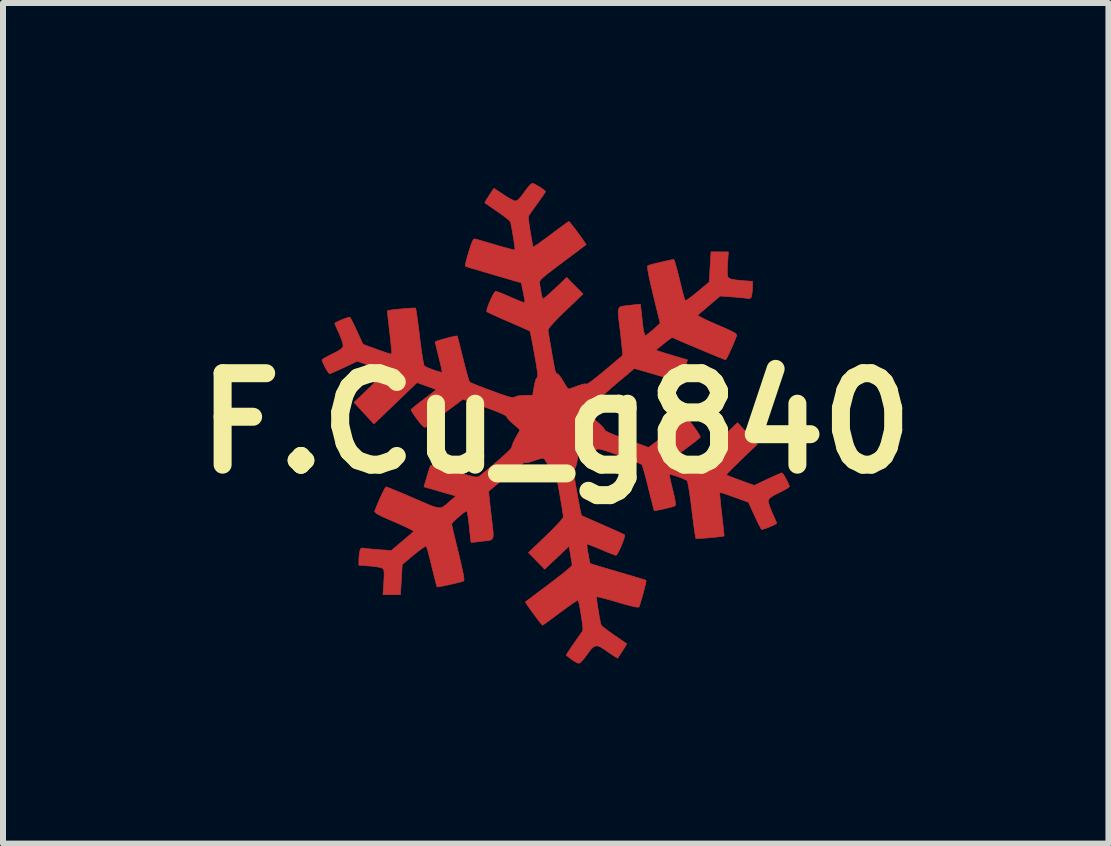
<source format=kicad_pcb>
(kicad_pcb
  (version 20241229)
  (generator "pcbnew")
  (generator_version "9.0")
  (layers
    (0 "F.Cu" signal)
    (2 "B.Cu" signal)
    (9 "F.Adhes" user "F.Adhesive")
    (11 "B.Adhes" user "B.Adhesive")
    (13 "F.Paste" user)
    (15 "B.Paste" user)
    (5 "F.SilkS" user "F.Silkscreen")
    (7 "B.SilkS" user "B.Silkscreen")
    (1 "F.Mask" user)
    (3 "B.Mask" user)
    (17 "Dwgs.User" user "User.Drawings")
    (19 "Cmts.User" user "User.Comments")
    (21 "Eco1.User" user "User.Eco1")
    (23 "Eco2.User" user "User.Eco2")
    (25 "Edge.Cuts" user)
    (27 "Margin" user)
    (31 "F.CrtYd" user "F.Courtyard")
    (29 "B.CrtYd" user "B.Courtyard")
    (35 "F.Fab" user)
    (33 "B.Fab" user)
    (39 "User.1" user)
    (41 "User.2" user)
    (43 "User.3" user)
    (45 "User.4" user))
  (footprint "F.Cu_g840"
    (layer "F.Cu")
    (at 6.212 4.005)
    (property "Reference" "F.Cu_g840" (at 0 0 0) (layer "F.SilkS") (effects (font (size 1.524 1.524) (thickness 0.3))))
    (attr through_hole)
    (fp_poly (pts (xy -0.358 -3.99) (xy -0.309 -3.964) (xy -0.254 -3.93) (xy -0.204 -3.895) (xy -0.174 -3.869) (xy -0.169 -3.862) (xy -0.181 -3.842) (xy -0.212 -3.795) (xy -0.259 -3.729) (xy -0.303 -3.667) (xy -0.359 -3.589) (xy -0.407 -3.522) (xy -0.44 -3.474) (xy -0.451 -3.457) (xy -0.454 -3.427) (xy -0.449 -3.365) (xy -0.438 -3.28) (xy -0.424 -3.194) (xy -0.407 -3.098) (xy -0.393 -3.017) (xy -0.384 -2.96) (xy -0.381 -2.938) (xy -0.365 -2.944) (xy -0.321 -2.972) (xy -0.254 -3.019) (xy -0.169 -3.08) (xy -0.085 -3.143) (xy 0.011 -3.215) (xy 0.095 -3.277) (xy 0.162 -3.326) (xy 0.205 -3.357) (xy 0.219 -3.365) (xy 0.236 -3.35) (xy 0.269 -3.308) (xy 0.315 -3.249) (xy 0.366 -3.18) (xy 0.417 -3.111) (xy 0.461 -3.048) (xy 0.493 -3.001) (xy 0.506 -2.977) (xy 0.505 -2.976) (xy 0.487 -2.962) (xy 0.439 -2.927) (xy 0.368 -2.873) (xy 0.277 -2.805) (xy 0.171 -2.726) (xy 0.109 -2.679) (xy -0.015 -2.586) (xy -0.109 -2.514) (xy -0.178 -2.46) (xy -0.224 -2.42) (xy -0.252 -2.39) (xy -0.266 -2.367) (xy -0.27 -2.346) (xy -0.268 -2.324) (xy -0.267 -2.321) (xy -0.256 -2.255) (xy -0.243 -2.178) (xy -0.241 -2.164) (xy -0.229 -2.109) (xy -0.215 -2.078) (xy -0.21 -2.074) (xy -0.189 -2.088) (xy -0.144 -2.126) (xy -0.081 -2.182) (xy -0.008 -2.25) (xy -0.005 -2.253) (xy 0.183 -2.432) (xy 0.319 -2.294) (xy 0.455 -2.156) (xy 0.164 -1.877) (xy 0.062 -1.778) (xy -0.021 -1.692) (xy -0.083 -1.624) (xy -0.119 -1.577) (xy -0.127 -1.559) (xy -0.124 -1.527) (xy -0.114 -1.463) (xy -0.1 -1.374) (xy -0.082 -1.272) (xy -0.064 -1.164) (xy -0.045 -1.059) (xy -0.028 -0.966) (xy -0.014 -0.895) (xy -0.01 -0.873) (xy 0.008 -0.836) (xy 0.027 -0.825) (xy 0.05 -0.808) (xy 0.085 -0.763) (xy 0.125 -0.7) (xy 0.126 -0.698) (xy 0.164 -0.635) (xy 0.195 -0.59) (xy 0.213 -0.572) (xy 0.213 -0.572) (xy 0.239 -0.578) (xy 0.293 -0.597) (xy 0.363 -0.622) (xy 0.366 -0.624) (xy 0.45 -0.651) (xy 0.499 -0.659) (xy 0.513 -0.653) (xy 0.53 -0.658) (xy 0.575 -0.687) (xy 0.641 -0.737) (xy 0.724 -0.803) (xy 0.816 -0.879) (xy 0.91 -0.959) (xy 0.992 -1.028) (xy 1.058 -1.083) (xy 1.101 -1.119) (xy 1.117 -1.133) (xy 1.116 -1.154) (xy 1.111 -1.21) (xy 1.102 -1.294) (xy 1.091 -1.4) (xy 1.08 -1.494) (xy 1.062 -1.643) (xy 1.049 -1.754) (xy 1.042 -1.835) (xy 1.043 -1.889) (xy 1.055 -1.923) (xy 1.078 -1.943) (xy 1.114 -1.953) (xy 1.164 -1.959) (xy 1.221 -1.965) (xy 1.304 -1.975) (xy 1.368 -1.982) (xy 1.405 -1.985) (xy 1.41 -1.984) (xy 1.414 -1.962) (xy 1.421 -1.907) (xy 1.43 -1.826) (xy 1.441 -1.727) (xy 1.441 -1.72) (xy 1.454 -1.61) (xy 1.468 -1.527) (xy 1.481 -1.476) (xy 1.491 -1.461) (xy 1.517 -1.475) (xy 1.564 -1.51) (xy 1.622 -1.56) (xy 1.627 -1.564) (xy 1.741 -1.666) (xy 1.625 -2.14) (xy 1.583 -2.317) (xy 1.553 -2.454) (xy 1.535 -2.551) (xy 1.529 -2.609) (xy 1.533 -2.627) (xy 1.561 -2.637) (xy 1.619 -2.653) (xy 1.696 -2.672) (xy 1.781 -2.692) (xy 1.861 -2.71) (xy 1.926 -2.724) (xy 1.964 -2.73) (xy 1.967 -2.731) (xy 1.978 -2.711) (xy 1.995 -2.657) (xy 2.018 -2.576) (xy 2.045 -2.474) (xy 2.063 -2.397) (xy 2.091 -2.284) (xy 2.116 -2.184) (xy 2.137 -2.107) (xy 2.152 -2.059) (xy 2.158 -2.047) (xy 2.179 -2.053) (xy 2.225 -2.083) (xy 2.29 -2.131) (xy 2.365 -2.192) (xy 2.365 -2.192) (xy 2.558 -2.354) (xy 2.573 -2.606) (xy 2.588 -2.858) (xy 2.733 -2.857) (xy 2.878 -2.857) (xy 2.864 -2.657) (xy 2.859 -2.548) (xy 2.862 -2.475) (xy 2.872 -2.433) (xy 2.877 -2.426) (xy 2.916 -2.406) (xy 2.996 -2.39) (xy 3.092 -2.38) (xy 3.281 -2.365) (xy 3.281 -2.286) (xy 3.277 -2.211) (xy 3.268 -2.14) (xy 3.267 -2.139) (xy 3.254 -2.093) (xy 3.23 -2.078) (xy 3.188 -2.082) (xy 3.137 -2.089) (xy 3.058 -2.097) (xy 2.965 -2.105) (xy 2.932 -2.107) (xy 2.741 -2.121) (xy 2.561 -1.969) (xy 2.487 -1.906) (xy 2.425 -1.853) (xy 2.382 -1.816) (xy 2.366 -1.802) (xy 2.379 -1.789) (xy 2.426 -1.764) (xy 2.5 -1.727) (xy 2.595 -1.684) (xy 2.69 -1.642) (xy 2.816 -1.588) (xy 2.908 -1.546) (xy 2.969 -1.514) (xy 3.004 -1.491) (xy 3.017 -1.473) (xy 3.017 -1.463) (xy 2.985 -1.382) (xy 2.949 -1.294) (xy 2.911 -1.21) (xy 2.876 -1.136) (xy 2.849 -1.083) (xy 2.832 -1.059) (xy 2.83 -1.058) (xy 2.808 -1.066) (xy 2.754 -1.088) (xy 2.674 -1.12) (xy 2.576 -1.161) (xy 2.466 -1.207) (xy 2.352 -1.255) (xy 2.24 -1.302) (xy 2.137 -1.346) (xy 2.049 -1.384) (xy 1.984 -1.412) (xy 1.949 -1.428) (xy 1.946 -1.43) (xy 1.925 -1.421) (xy 1.881 -1.39) (xy 1.821 -1.344) (xy 1.801 -1.328) (xy 1.667 -1.219) (xy 1.781 -1.182) (xy 1.862 -1.157) (xy 1.961 -1.127) (xy 2.045 -1.102) (xy 2.196 -1.058) (xy 2.146 -0.886) (xy 2.122 -0.806) (xy 2.102 -0.743) (xy 2.088 -0.707) (xy 2.085 -0.702) (xy 2.063 -0.705) (xy 2.006 -0.717) (xy 1.921 -0.739) (xy 1.816 -0.768) (xy 1.696 -0.802) (xy 1.693 -0.803) (xy 1.311 -0.914) (xy 1.016 -0.666) (xy 0.923 -0.586) (xy 0.843 -0.515) (xy 0.781 -0.457) (xy 0.743 -0.417) (xy 0.732 -0.399) (xy 0.728 -0.372) (xy 0.708 -0.32) (xy 0.674 -0.253) (xy 0.669 -0.244) (xy 0.594 -0.108) (xy 0.711 -0.008) (xy 0.766 0.043) (xy 0.805 0.087) (xy 0.819 0.113) (xy 0.819 0.114) (xy 0.835 0.129) (xy 0.887 0.155) (xy 0.968 0.189) (xy 1.074 0.231) (xy 1.18 0.27) (xy 1.548 0.402) (xy 1.711 0.279) (xy 1.808 0.206) (xy 1.918 0.123) (xy 2.02 0.048) (xy 2.036 0.037) (xy 2.199 -0.083) (xy 2.308 0.064) (xy 2.356 0.133) (xy 2.392 0.189) (xy 2.409 0.224) (xy 2.41 0.231) (xy 2.391 0.25) (xy 2.344 0.289) (xy 2.277 0.341) (xy 2.197 0.401) (xy 2.193 0.404) (xy 1.984 0.557) (xy 2.15 0.618) (xy 2.315 0.679) (xy 2.528 0.472) (xy 2.622 0.381) (xy 2.72 0.286) (xy 2.812 0.198) (xy 2.885 0.128) (xy 2.886 0.127) (xy 3.03 -0.011) (xy 3.196 0.169) (xy 3.362 0.348) (xy 3.098 0.6) (xy 3.013 0.683) (xy 2.94 0.755) (xy 2.884 0.812) (xy 2.851 0.849) (xy 2.843 0.86) (xy 2.865 0.87) (xy 2.919 0.892) (xy 2.996 0.921) (xy 3.08 0.952) (xy 3.309 1.035) (xy 3.531 0.93) (xy 3.62 0.889) (xy 3.695 0.855) (xy 3.748 0.833) (xy 3.77 0.826) (xy 3.788 0.843) (xy 3.816 0.886) (xy 3.847 0.942) (xy 3.875 0.998) (xy 3.892 1.042) (xy 3.895 1.056) (xy 3.877 1.073) (xy 3.829 1.102) (xy 3.76 1.138) (xy 3.725 1.155) (xy 3.628 1.204) (xy 3.569 1.245) (xy 3.544 1.278) (xy 3.544 1.28) (xy 3.547 1.324) (xy 3.569 1.396) (xy 3.606 1.487) (xy 3.608 1.491) (xy 3.642 1.567) (xy 3.668 1.626) (xy 3.682 1.661) (xy 3.683 1.665) (xy 3.665 1.68) (xy 3.62 1.702) (xy 3.561 1.728) (xy 3.501 1.751) (xy 3.453 1.766) (xy 3.431 1.769) (xy 3.416 1.746) (xy 3.388 1.694) (xy 3.351 1.618) (xy 3.313 1.537) (xy 3.212 1.316) (xy 2.977 1.231) (xy 2.885 1.198) (xy 2.809 1.172) (xy 2.756 1.157) (xy 2.734 1.153) (xy 2.734 1.176) (xy 2.738 1.234) (xy 2.746 1.32) (xy 2.757 1.426) (xy 2.768 1.518) (xy 2.781 1.635) (xy 2.793 1.736) (xy 2.801 1.815) (xy 2.806 1.864) (xy 2.807 1.877) (xy 2.784 1.883) (xy 2.73 1.89) (xy 2.655 1.899) (xy 2.569 1.907) (xy 2.484 1.914) (xy 2.41 1.919) (xy 2.357 1.921) (xy 2.336 1.92) (xy 2.33 1.896) (xy 2.32 1.836) (xy 2.307 1.747) (xy 2.292 1.634) (xy 2.275 1.504) (xy 2.268 1.441) (xy 2.251 1.305) (xy 2.234 1.183) (xy 2.218 1.081) (xy 2.204 1.006) (xy 2.194 0.963) (xy 2.191 0.957) (xy 2.161 0.94) (xy 2.107 0.916) (xy 2.041 0.891) (xy 1.976 0.869) (xy 1.923 0.853) (xy 1.896 0.849) (xy 1.895 0.85) (xy 1.896 0.872) (xy 1.907 0.928) (xy 1.925 1.008) (xy 1.948 1.104) (xy 1.95 1.11) (xy 1.978 1.226) (xy 1.993 1.307) (xy 1.997 1.355) (xy 1.989 1.376) (xy 1.989 1.376) (xy 1.96 1.387) (xy 1.904 1.402) (xy 1.833 1.42) (xy 1.76 1.436) (xy 1.696 1.449) (xy 1.652 1.456) (xy 1.641 1.456) (xy 1.634 1.434) (xy 1.62 1.378) (xy 1.599 1.295) (xy 1.572 1.19) (xy 1.545 1.079) (xy 1.515 0.959) (xy 1.487 0.853) (xy 1.463 0.768) (xy 1.445 0.71) (xy 1.436 0.688) (xy 1.411 0.674) (xy 1.352 0.649) (xy 1.268 0.615) (xy 1.164 0.575) (xy 1.063 0.538) (xy 0.933 0.491) (xy 0.836 0.459) (xy 0.768 0.438) (xy 0.723 0.429) (xy 0.696 0.43) (xy 0.681 0.438) (xy 0.641 0.455) (xy 0.567 0.464) (xy 0.519 0.466) (xy 0.385 0.466) (xy 0.36 0.614) (xy 0.343 0.695) (xy 0.324 0.747) (xy 0.309 0.762) (xy 0.301 0.774) (xy 0.301 0.814) (xy 0.309 0.884) (xy 0.325 0.988) (xy 0.35 1.13) (xy 0.353 1.146) (xy 0.375 1.268) (xy 0.395 1.375) (xy 0.412 1.459) (xy 0.423 1.515) (xy 0.428 1.536) (xy 0.449 1.546) (xy 0.501 1.57) (xy 0.581 1.605) (xy 0.68 1.648) (xy 0.783 1.693) (xy 0.896 1.743) (xy 0.996 1.787) (xy 1.075 1.824) (xy 1.129 1.849) (xy 1.148 1.86) (xy 1.148 1.885) (xy 1.133 1.937) (xy 1.109 2.004) (xy 1.079 2.075) (xy 1.048 2.139) (xy 1.022 2.185) (xy 1.005 2.201) (xy 0.979 2.193) (xy 0.922 2.172) (xy 0.843 2.14) (xy 0.756 2.103) (xy 0.666 2.066) (xy 0.592 2.036) (xy 0.54 2.018) (xy 0.52 2.013) (xy 0.52 2.036) (xy 0.526 2.087) (xy 0.537 2.155) (xy 0.55 2.226) (xy 0.562 2.289) (xy 0.572 2.329) (xy 0.576 2.338) (xy 0.597 2.345) (xy 0.653 2.362) (xy 0.738 2.388) (xy 0.846 2.42) (xy 0.971 2.456) (xy 1.037 2.476) (xy 1.169 2.515) (xy 1.288 2.55) (xy 1.386 2.579) (xy 1.459 2.601) (xy 1.499 2.614) (xy 1.506 2.617) (xy 1.505 2.638) (xy 1.494 2.69) (xy 1.476 2.763) (xy 1.454 2.848) (xy 1.429 2.934) (xy 1.405 3.013) (xy 1.388 3.061) (xy 1.364 3.065) (xy 1.3 3.055) (xy 1.198 3.029) (xy 1.056 2.989) (xy 1.035 2.982) (xy 0.921 2.949) (xy 0.822 2.922) (xy 0.744 2.902) (xy 0.695 2.891) (xy 0.681 2.89) (xy 0.68 2.912) (xy 0.686 2.966) (xy 0.697 3.041) (xy 0.711 3.127) (xy 0.725 3.212) (xy 0.739 3.287) (xy 0.751 3.342) (xy 0.757 3.36) (xy 0.777 3.382) (xy 0.825 3.422) (xy 0.894 3.474) (xy 0.971 3.528) (xy 1.051 3.583) (xy 1.118 3.63) (xy 1.164 3.661) (xy 1.182 3.674) (xy 1.174 3.693) (xy 1.149 3.737) (xy 1.11 3.797) (xy 1.11 3.798) (xy 1.031 3.916) (xy 0.976 3.881) (xy 0.927 3.849) (xy 0.862 3.805) (xy 0.82 3.775) (xy 0.746 3.728) (xy 0.69 3.708) (xy 0.641 3.718) (xy 0.592 3.76) (xy 0.534 3.837) (xy 0.523 3.853) (xy 0.469 3.925) (xy 0.422 3.977) (xy 0.389 3.999) (xy 0.385 4) (xy 0.348 3.987) (xy 0.294 3.956) (xy 0.267 3.937) (xy 0.218 3.899) (xy 0.184 3.873) (xy 0.177 3.867) (xy 0.185 3.847) (xy 0.213 3.801) (xy 0.257 3.735) (xy 0.302 3.67) (xy 0.358 3.591) (xy 0.406 3.523) (xy 0.439 3.475) (xy 0.451 3.456) (xy 0.453 3.429) (xy 0.448 3.37) (xy 0.438 3.29) (xy 0.425 3.2) (xy 0.41 3.111) (xy 0.395 3.032) (xy 0.382 2.973) (xy 0.371 2.947) (xy 0.352 2.956) (xy 0.305 2.986) (xy 0.236 3.034) (xy 0.15 3.096) (xy 0.075 3.151) (xy -0.02 3.222) (xy -0.102 3.283) (xy -0.167 3.33) (xy -0.208 3.358) (xy -0.22 3.365) (xy -0.236 3.35) (xy -0.27 3.308) (xy -0.315 3.249) (xy -0.366 3.18) (xy -0.417 3.111) (xy -0.461 3.048) (xy -0.493 3.001) (xy -0.506 2.977) (xy -0.505 2.976) (xy -0.487 2.962) (xy -0.439 2.927) (xy -0.368 2.873) (xy -0.277 2.805) (xy -0.172 2.726) (xy -0.111 2.68) (xy -0.001 2.596) (xy 0.098 2.52) (xy 0.179 2.454) (xy 0.237 2.404) (xy 0.269 2.372) (xy 0.274 2.365) (xy 0.27 2.332) (xy 0.26 2.271) (xy 0.247 2.194) (xy 0.247 2.193) (xy 0.222 2.048) (xy 0.019 2.24) (xy -0.184 2.432) (xy -0.319 2.294) (xy -0.455 2.156) (xy -0.164 1.877) (xy -0.062 1.778) (xy 0.021 1.692) (xy 0.083 1.624) (xy 0.119 1.577) (xy 0.127 1.559) (xy 0.124 1.527) (xy 0.114 1.463) (xy 0.1 1.374) (xy 0.082 1.272) (xy 0.064 1.164) (xy 0.045 1.059) (xy 0.028 0.966) (xy 0.014 0.895) (xy 0.01 0.873) (xy -0.008 0.836) (xy -0.027 0.825) (xy -0.051 0.808) (xy -0.086 0.765) (xy -0.111 0.725) (xy -0.147 0.663) (xy -0.176 0.614) (xy -0.187 0.596) (xy -0.204 0.584) (xy -0.237 0.584) (xy -0.293 0.6) (xy -0.356 0.621) (xy -0.442 0.649) (xy -0.495 0.659) (xy -0.513 0.652) (xy -0.53 0.658) (xy -0.575 0.687) (xy -0.641 0.737) (xy -0.724 0.803) (xy -0.816 0.879) (xy -0.91 0.959) (xy -0.992 1.028) (xy -1.058 1.083) (xy -1.101 1.119) (xy -1.117 1.133) (xy -1.116 1.154) (xy -1.111 1.21) (xy -1.102 1.294) (xy -1.091 1.4) (xy -1.08 1.494) (xy -1.062 1.643) (xy -1.049 1.754) (xy -1.042 1.835) (xy -1.043 1.889) (xy -1.055 1.923) (xy -1.078 1.943) (xy -1.114 1.953) (xy -1.164 1.959) (xy -1.221 1.965) (xy -1.304 1.975) (xy -1.368 1.982) (xy -1.405 1.985) (xy -1.41 1.984) (xy -1.414 1.962) (xy -1.421 1.907) (xy -1.43 1.826) (xy -1.441 1.727) (xy -1.441 1.72) (xy -1.453 1.621) (xy -1.464 1.539) (xy -1.475 1.483) (xy -1.483 1.461) (xy -1.483 1.46) (xy -1.509 1.474) (xy -1.555 1.507) (xy -1.61 1.553) (xy -1.665 1.602) (xy -1.709 1.645) (xy -1.733 1.675) (xy -1.735 1.68) (xy -1.729 1.707) (xy -1.716 1.768) (xy -1.694 1.858) (xy -1.667 1.971) (xy -1.636 2.099) (xy -1.621 2.159) (xy -1.581 2.329) (xy -1.552 2.459) (xy -1.534 2.552) (xy -1.528 2.608) (xy -1.532 2.627) (xy -1.563 2.638) (xy -1.621 2.654) (xy -1.697 2.672) (xy -1.78 2.691) (xy -1.86 2.708) (xy -1.927 2.721) (xy -1.969 2.728) (xy -1.978 2.727) (xy -1.985 2.705) (xy -2 2.649) (xy -2.021 2.566) (xy -2.047 2.463) (xy -2.064 2.392) (xy -2.092 2.279) (xy -2.117 2.181) (xy -2.138 2.105) (xy -2.153 2.058) (xy -2.158 2.047) (xy -2.179 2.053) (xy -2.225 2.083) (xy -2.29 2.131) (xy -2.365 2.192) (xy -2.365 2.192) (xy -2.558 2.354) (xy -2.573 2.606) (xy -2.588 2.857) (xy -2.879 2.857) (xy -2.865 2.651) (xy -2.86 2.551) (xy -2.86 2.485) (xy -2.866 2.444) (xy -2.879 2.422) (xy -2.883 2.418) (xy -2.917 2.405) (xy -2.982 2.392) (xy -3.065 2.381) (xy -3.097 2.379) (xy -3.281 2.364) (xy -3.281 2.286) (xy -3.277 2.211) (xy -3.267 2.14) (xy -3.267 2.139) (xy -3.254 2.093) (xy -3.23 2.078) (xy -3.188 2.082) (xy -3.137 2.089) (xy -3.058 2.097) (xy -2.965 2.105) (xy -2.932 2.107) (xy -2.741 2.121) (xy -2.561 1.969) (xy -2.487 1.906) (xy -2.425 1.853) (xy -2.382 1.816) (xy -2.366 1.802) (xy -2.379 1.789) (xy -2.426 1.764) (xy -2.5 1.727) (xy -2.595 1.684) (xy -2.69 1.642) (xy -2.816 1.588) (xy -2.908 1.546) (xy -2.969 1.514) (xy -3.004 1.491) (xy -3.017 1.473) (xy -3.017 1.463) (xy -2.982 1.373) (xy -2.943 1.281) (xy -2.904 1.195) (xy -2.869 1.124) (xy -2.842 1.076) (xy -2.827 1.059) (xy -2.802 1.067) (xy -2.744 1.09) (xy -2.658 1.125) (xy -2.552 1.169) (xy -2.431 1.221) (xy -2.371 1.247) (xy -2.229 1.308) (xy -2.121 1.355) (xy -2.039 1.387) (xy -1.978 1.404) (xy -1.931 1.408) (xy -1.892 1.399) (xy -1.855 1.377) (xy -1.812 1.342) (xy -1.759 1.294) (xy -1.747 1.284) (xy -1.663 1.212) (xy -1.789 1.176) (xy -1.881 1.15) (xy -1.986 1.119) (xy -2.056 1.099) (xy -2.196 1.058) (xy -2.146 0.886) (xy -2.122 0.806) (xy -2.102 0.743) (xy -2.088 0.707) (xy -2.085 0.703) (xy -2.063 0.705) (xy -2.006 0.717) (xy -1.922 0.739) (xy -1.816 0.767) (xy -1.696 0.801) (xy -1.692 0.802) (xy -1.559 0.84) (xy -1.459 0.867) (xy -1.389 0.885) (xy -1.34 0.894) (xy -1.308 0.895) (xy -1.286 0.889) (xy -1.268 0.878) (xy -1.263 0.874) (xy -1.154 0.786) (xy -1.049 0.697) (xy -0.951 0.613) (xy -0.865 0.537) (xy -0.797 0.473) (xy -0.751 0.427) (xy -0.732 0.402) (xy -0.732 0.399) (xy -0.728 0.373) (xy -0.708 0.32) (xy -0.674 0.252) (xy -0.669 0.244) (xy -0.594 0.108) (xy -0.711 0.008) (xy -0.766 -0.043) (xy -0.805 -0.087) (xy -0.819 -0.113) (xy -0.819 -0.114) (xy -0.835 -0.129) (xy -0.887 -0.155) (xy -0.968 -0.19) (xy -1.074 -0.231) (xy -1.179 -0.27) (xy -1.546 -0.402) (xy -1.847 -0.177) (xy -1.946 -0.103) (xy -2.034 -0.037) (xy -2.105 0.017) (xy -2.154 0.053) (xy -2.172 0.067) (xy -2.198 0.061) (xy -2.243 0.018) (xy -2.305 -0.06) (xy -2.354 -0.128) (xy -2.391 -0.184) (xy -2.411 -0.219) (xy -2.412 -0.225) (xy -2.396 -0.244) (xy -2.352 -0.282) (xy -2.286 -0.334) (xy -2.206 -0.395) (xy -2.2 -0.4) (xy -2.12 -0.459) (xy -2.055 -0.509) (xy -2.011 -0.545) (xy -1.994 -0.561) (xy -1.994 -0.561) (xy -2.016 -0.57) (xy -2.067 -0.59) (xy -2.138 -0.616) (xy -2.156 -0.622) (xy -2.312 -0.678) (xy -2.537 -0.461) (xy -2.631 -0.371) (xy -2.728 -0.278) (xy -2.817 -0.193) (xy -2.887 -0.125) (xy -2.896 -0.117) (xy -3.03 0.011) (xy -3.196 -0.169) (xy -3.362 -0.348) (xy -3.097 -0.601) (xy -2.996 -0.699) (xy -2.924 -0.773) (xy -2.88 -0.824) (xy -2.86 -0.856) (xy -2.863 -0.87) (xy -2.894 -0.884) (xy -2.956 -0.908) (xy -3.038 -0.939) (xy -3.1 -0.961) (xy -3.308 -1.035) (xy -3.53 -0.93) (xy -3.619 -0.889) (xy -3.695 -0.855) (xy -3.748 -0.833) (xy -3.77 -0.826) (xy -3.788 -0.843) (xy -3.816 -0.886) (xy -3.847 -0.942) (xy -3.875 -0.998) (xy -3.892 -1.042) (xy -3.895 -1.056) (xy -3.877 -1.073) (xy -3.829 -1.102) (xy -3.76 -1.138) (xy -3.725 -1.155) (xy -3.628 -1.204) (xy -3.569 -1.245) (xy -3.544 -1.278) (xy -3.544 -1.28) (xy -3.547 -1.324) (xy -3.569 -1.396) (xy -3.606 -1.487) (xy -3.608 -1.491) (xy -3.642 -1.567) (xy -3.668 -1.626) (xy -3.682 -1.661) (xy -3.683 -1.665) (xy -3.665 -1.68) (xy -3.62 -1.702) (xy -3.561 -1.728) (xy -3.501 -1.751) (xy -3.453 -1.766) (xy -3.431 -1.769) (xy -3.416 -1.746) (xy -3.388 -1.694) (xy -3.351 -1.618) (xy -3.313 -1.537) (xy -3.212 -1.316) (xy -2.977 -1.231) (xy -2.885 -1.198) (xy -2.809 -1.172) (xy -2.756 -1.157) (xy -2.734 -1.153) (xy -2.734 -1.176) (xy -2.738 -1.234) (xy -2.746 -1.32) (xy -2.757 -1.426) (xy -2.768 -1.518) (xy -2.781 -1.635) (xy -2.793 -1.736) (xy -2.801 -1.815) (xy -2.806 -1.864) (xy -2.807 -1.877) (xy -2.784 -1.883) (xy -2.73 -1.89) (xy -2.655 -1.899) (xy -2.569 -1.907) (xy -2.484 -1.914) (xy -2.41 -1.919) (xy -2.357 -1.921) (xy -2.336 -1.92) (xy -2.33 -1.896) (xy -2.32 -1.836) (xy -2.307 -1.747) (xy -2.292 -1.634) (xy -2.275 -1.504) (xy -2.268 -1.441) (xy -2.251 -1.305) (xy -2.234 -1.183) (xy -2.218 -1.081) (xy -2.204 -1.006) (xy -2.194 -0.963) (xy -2.191 -0.957) (xy -2.161 -0.94) (xy -2.107 -0.916) (xy -2.041 -0.891) (xy -1.976 -0.869) (xy -1.923 -0.853) (xy -1.896 -0.849) (xy -1.895 -0.85) (xy -1.896 -0.872) (xy -1.907 -0.928) (xy -1.925 -1.007) (xy -1.948 -1.101) (xy -1.972 -1.197) (xy -1.992 -1.278) (xy -2.005 -1.334) (xy -2.01 -1.357) (xy -1.992 -1.367) (xy -1.943 -1.383) (xy -1.876 -1.403) (xy -1.801 -1.423) (xy -1.73 -1.441) (xy -1.673 -1.453) (xy -1.643 -1.457) (xy -1.641 -1.456) (xy -1.635 -1.435) (xy -1.62 -1.379) (xy -1.599 -1.295) (xy -1.572 -1.189) (xy -1.545 -1.079) (xy -1.515 -0.959) (xy -1.487 -0.853) (xy -1.463 -0.768) (xy -1.445 -0.71) (xy -1.436 -0.688) (xy -1.411 -0.675) (xy -1.352 -0.65) (xy -1.268 -0.616) (xy -1.164 -0.576) (xy -1.063 -0.539) (xy -0.933 -0.492) (xy -0.836 -0.459) (xy -0.768 -0.438) (xy -0.723 -0.429) (xy -0.696 -0.43) (xy -0.681 -0.438) (xy -0.641 -0.455) (xy -0.567 -0.464) (xy -0.519 -0.466) (xy -0.385 -0.466) (xy -0.36 -0.614) (xy -0.343 -0.695) (xy -0.324 -0.747) (xy -0.309 -0.762) (xy -0.301 -0.774) (xy -0.301 -0.814) (xy -0.309 -0.884) (xy -0.325 -0.988) (xy -0.35 -1.13) (xy -0.353 -1.146) (xy -0.375 -1.268) (xy -0.395 -1.375) (xy -0.412 -1.46) (xy -0.424 -1.516) (xy -0.429 -1.537) (xy -0.45 -1.547) (xy -0.503 -1.571) (xy -0.582 -1.606) (xy -0.681 -1.649) (xy -0.784 -1.694) (xy -0.897 -1.743) (xy -0.996 -1.788) (xy -1.076 -1.824) (xy -1.129 -1.849) (xy -1.148 -1.86) (xy -1.149 -1.886) (xy -1.134 -1.938) (xy -1.109 -2.005) (xy -1.078 -2.076) (xy -1.046 -2.14) (xy -1.018 -2.185) (xy -1.001 -2.201) (xy -0.972 -2.193) (xy -0.913 -2.171) (xy -0.834 -2.138) (xy -0.76 -2.106) (xy -0.671 -2.068) (xy -0.597 -2.037) (xy -0.546 -2.017) (xy -0.526 -2.011) (xy -0.515 -2.028) (xy -0.517 -2.058) (xy -0.527 -2.106) (xy -0.541 -2.176) (xy -0.55 -2.224) (xy -0.573 -2.341) (xy -1.033 -2.475) (xy -1.165 -2.514) (xy -1.284 -2.549) (xy -1.384 -2.579) (xy -1.457 -2.601) (xy -1.499 -2.614) (xy -1.506 -2.617) (xy -1.506 -2.639) (xy -1.495 -2.693) (xy -1.475 -2.77) (xy -1.451 -2.852) (xy -1.418 -2.956) (xy -1.393 -3.025) (xy -1.372 -3.062) (xy -1.353 -3.074) (xy -1.349 -3.074) (xy -1.318 -3.066) (xy -1.254 -3.048) (xy -1.166 -3.022) (xy -1.06 -2.991) (xy -1.003 -2.974) (xy -0.894 -2.942) (xy -0.801 -2.917) (xy -0.73 -2.898) (xy -0.688 -2.89) (xy -0.68 -2.89) (xy -0.68 -2.913) (xy -0.686 -2.967) (xy -0.697 -3.042) (xy -0.711 -3.127) (xy -0.725 -3.212) (xy -0.739 -3.288) (xy -0.751 -3.342) (xy -0.757 -3.361) (xy -0.778 -3.383) (xy -0.826 -3.423) (xy -0.895 -3.475) (xy -0.971 -3.529) (xy -1.051 -3.584) (xy -1.118 -3.63) (xy -1.164 -3.662) (xy -1.182 -3.674) (xy -1.174 -3.693) (xy -1.149 -3.737) (xy -1.11 -3.797) (xy -1.11 -3.798) (xy -1.031 -3.916) (xy -0.976 -3.881) (xy -0.927 -3.849) (xy -0.861 -3.805) (xy -0.815 -3.775) (xy -0.751 -3.737) (xy -0.695 -3.711) (xy -0.667 -3.705) (xy -0.628 -3.724) (xy -0.574 -3.783) (xy -0.523 -3.853) (xy -0.473 -3.92) (xy -0.428 -3.972) (xy -0.396 -3.998) (xy -0.389 -4) (xy -0.358 -3.99)) (stroke (width 0.01) (type solid)) (fill yes) (layer "F.Cu")))
  (gr_rect
    (start -3 -3)
    (end 15.424 11.01)
    (stroke (width 0.1) (type default))
    (fill no)
    (layer "Edge.Cuts")))
</source>
